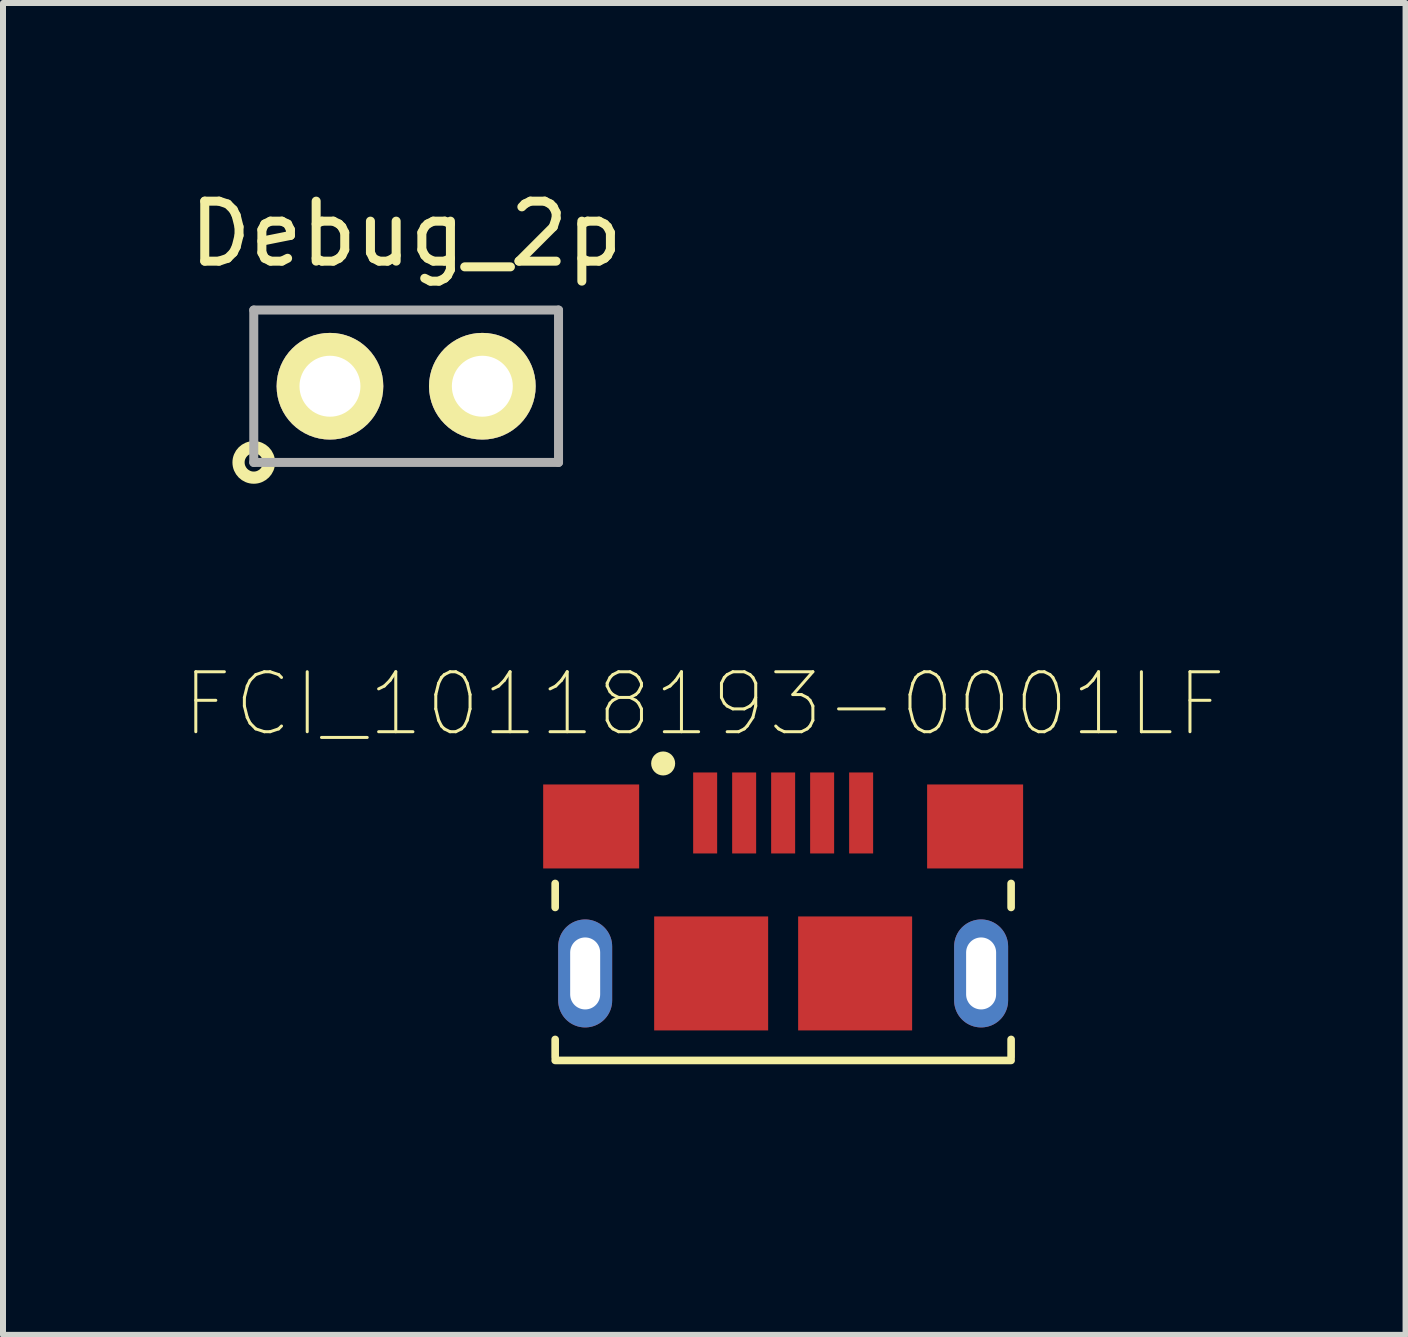
<source format=kicad_pcb>
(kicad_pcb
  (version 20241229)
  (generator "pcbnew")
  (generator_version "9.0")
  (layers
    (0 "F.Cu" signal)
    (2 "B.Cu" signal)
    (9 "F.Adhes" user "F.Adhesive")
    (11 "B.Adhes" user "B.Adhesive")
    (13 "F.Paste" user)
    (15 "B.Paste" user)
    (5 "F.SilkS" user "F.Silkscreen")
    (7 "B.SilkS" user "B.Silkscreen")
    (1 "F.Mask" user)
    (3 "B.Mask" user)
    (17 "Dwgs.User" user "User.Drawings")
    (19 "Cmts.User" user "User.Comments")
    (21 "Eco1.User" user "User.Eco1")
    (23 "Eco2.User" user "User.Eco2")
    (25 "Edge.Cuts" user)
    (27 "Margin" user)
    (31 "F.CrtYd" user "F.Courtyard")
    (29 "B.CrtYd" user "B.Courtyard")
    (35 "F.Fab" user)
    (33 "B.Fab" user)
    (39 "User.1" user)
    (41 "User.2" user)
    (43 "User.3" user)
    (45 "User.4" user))
  (footprint "FCI_10118193-0001LF"
    (layer "F.Cu")
    (at 10.004 13.176)
    (property "Reference" "FCI_10118193-0001LF" (at -1.314 -4.489 0) (layer "F.SilkS") (effects (font (size 1 1) (thickness 0.05))))
    (attr smd)
    (fp_line (start -3.8 -1.5) (end -3.8 -1.1) (stroke (width 0.127) (type solid)) (layer "F.SilkS"))
    (fp_line (start -3.8 1.1) (end -3.8 1.4) (stroke (width 0.127) (type solid)) (layer "F.SilkS"))
    (fp_line (start -3.8 1.45) (end 3.8 1.45) (stroke (width 0.127) (type solid)) (layer "F.SilkS"))
    (fp_line (start 3.8 -1.1) (end 3.8 -1.5) (stroke (width 0.127) (type solid)) (layer "F.SilkS"))
    (fp_line (start 3.8 1.1) (end 3.8 1.4) (stroke (width 0.127) (type solid)) (layer "F.SilkS"))
    (fp_circle (center -2 -3.5) (end -1.9 -3.5) (stroke (width 0.2) (type solid)) (fill no) (layer "F.SilkS"))
    (fp_line (start -4.2 -3.6) (end -4.2 3) (stroke (width 0.05) (type solid)) (layer "Eco1.User"))
    (fp_line (start -4.2 3) (end 4.2 3) (stroke (width 0.05) (type solid)) (layer "Eco1.User"))
    (fp_line (start 4.2 -3.6) (end -4.2 -3.6) (stroke (width 0.05) (type solid)) (layer "Eco1.User"))
    (fp_line (start 4.2 3) (end 4.2 -3.6) (stroke (width 0.05) (type solid)) (layer "Eco1.User"))
    (fp_line (start -3.93 2.5) (end -3.75 2.75) (stroke (width 0.127) (type solid)) (layer "Eco2.User"))
    (fp_line (start -3.8 -2.9) (end 3.8 -2.9) (stroke (width 0.127) (type solid)) (layer "Eco2.User"))
    (fp_line (start -3.8 2.1) (end -3.8 -2.9) (stroke (width 0.127) (type solid)) (layer "Eco2.User"))
    (fp_line (start -3.8 2.15) (end -3.8 2.1) (stroke (width 0.127) (type solid)) (layer "Eco2.User"))
    (fp_line (start -3.2 2.2) (end -3.2 2.75) (stroke (width 0.127) (type solid)) (layer "Eco2.User"))
    (fp_line (start -3.2 2.75) (end 3.2 2.75) (stroke (width 0.127) (type solid)) (layer "Eco2.User"))
    (fp_line (start 3.2 2.75) (end 3.2 2.2) (stroke (width 0.127) (type solid)) (layer "Eco2.User"))
    (fp_line (start 3.8 -2.9) (end 3.8 1.45) (stroke (width 0.127) (type solid)) (layer "Eco2.User"))
    (fp_line (start 3.8 1.45) (end 3.8 2.15) (stroke (width 0.127) (type solid)) (layer "Eco2.User"))
    (fp_line (start 3.8 1.45) (end 6.15 1.45) (stroke (width 0.127) (type solid)) (layer "Eco2.User"))
    (fp_line (start 3.8 2.15) (end -3.8 2.15) (stroke (width 0.127) (type solid)) (layer "Eco2.User"))
    (fp_line (start 3.93 2.5) (end 3.75 2.8) (stroke (width 0.127) (type solid)) (layer "Eco2.User"))
    (fp_arc (start -3.8 2.1) (mid -3.782157 2.326924) (end -3.93 2.5) (stroke (width 0.127) (type solid)) (layer "Eco2.User"))
    (fp_arc (start -3.4 2.2) (mid -3.461091 2.547487) (end -3.75 2.75) (stroke (width 0.127) (type solid)) (layer "Eco2.User"))
    (fp_arc (start 3.75 2.8) (mid 3.450736 2.572487) (end 3.4 2.2) (stroke (width 0.127) (type solid)) (layer "Eco2.User"))
    (fp_arc (start 3.93 2.5) (mid 3.782157 2.326924) (end 3.8 2.1) (stroke (width 0.127) (type solid)) (layer "Eco2.User"))
    (pad "1" smd rect (at -1.3 -2.675) (size 0.4 1.35) (layers "F.Cu" "F.Mask" "F.Paste"))
    (pad "2" smd rect (at -0.65 -2.675) (size 0.4 1.35) (layers "F.Cu" "F.Mask" "F.Paste"))
    (pad "3" smd rect (at 0 -2.675) (size 0.4 1.35) (layers "F.Cu" "F.Mask" "F.Paste"))
    (pad "4" smd rect (at 0.65 -2.675) (size 0.4 1.35) (layers "F.Cu" "F.Mask" "F.Paste"))
    (pad "5" smd rect (at 1.3 -2.675) (size 0.4 1.35) (layers "F.Cu" "F.Mask" "F.Paste"))
    (pad "S1" smd rect (at -3.2 -2.45) (size 1.6 1.4) (layers "F.Cu" "F.Mask" "F.Paste"))
    (pad "S2" smd rect (at 3.2 -2.45) (size 1.6 1.4) (layers "F.Cu" "F.Mask" "F.Paste"))
    (pad "S3" smd rect (at 1.2 0) (size 1.9 1.9) (layers "F.Cu" "F.Mask" "F.Paste"))
    (pad "S4" smd rect (at -1.2 0) (size 1.9 1.9) (layers "F.Cu" "F.Mask" "F.Paste"))
    (pad "S5" thru_hole oval (at -3.3 0 90) (size 1.8 0.9) (drill oval 1.2 0.5) (layers "*.Cu" "*.Mask"))
    (pad "S6" thru_hole oval (at 3.3 0 90) (size 1.8 0.9) (drill oval 1.2 0.5) (layers "*.Cu" "*.Mask")))
  (footprint "Debug_2p"
    (layer "F.Cu")
    (at 3.72 3.388)
    (property "Reference" "Debug_2p" (at 0 -2.54 0) (layer "F.SilkS") (effects (font (size 1 1) (thickness 0.15))))
    (attr through_hole)
    (fp_circle (center -2.54 1.27) (end -2.54 1.016) (stroke (width 0.203) (type solid)) (fill no) (layer "F.SilkS"))
    (fp_line (start -2.54 -1.27) (end 2.54 -1.27) (stroke (width 0.15) (type solid)) (layer "F.Fab"))
    (fp_line (start -2.54 1.27) (end -2.54 -1.27) (stroke (width 0.15) (type solid)) (layer "F.Fab"))
    (fp_line (start 2.54 -1.27) (end 2.54 1.27) (stroke (width 0.15) (type solid)) (layer "F.Fab"))
    (fp_line (start 2.54 1.27) (end -2.54 1.27) (stroke (width 0.15) (type solid)) (layer "F.Fab"))
    (pad "1" thru_hole circle (at -1.27 0) (size 1.778 1.778) (drill 1.016) (layers "*.Cu" "*.Mask" "F.SilkS"))
    (pad "2" thru_hole circle (at 1.27 0) (size 1.778 1.778) (drill 1.016) (layers "*.Cu" "*.Mask" "F.SilkS")))
  (gr_rect
    (start -3 -3)
    (end 20.379 19.201)
    (stroke (width 0.1) (type default))
    (fill no)
    (layer "Edge.Cuts")))
</source>
